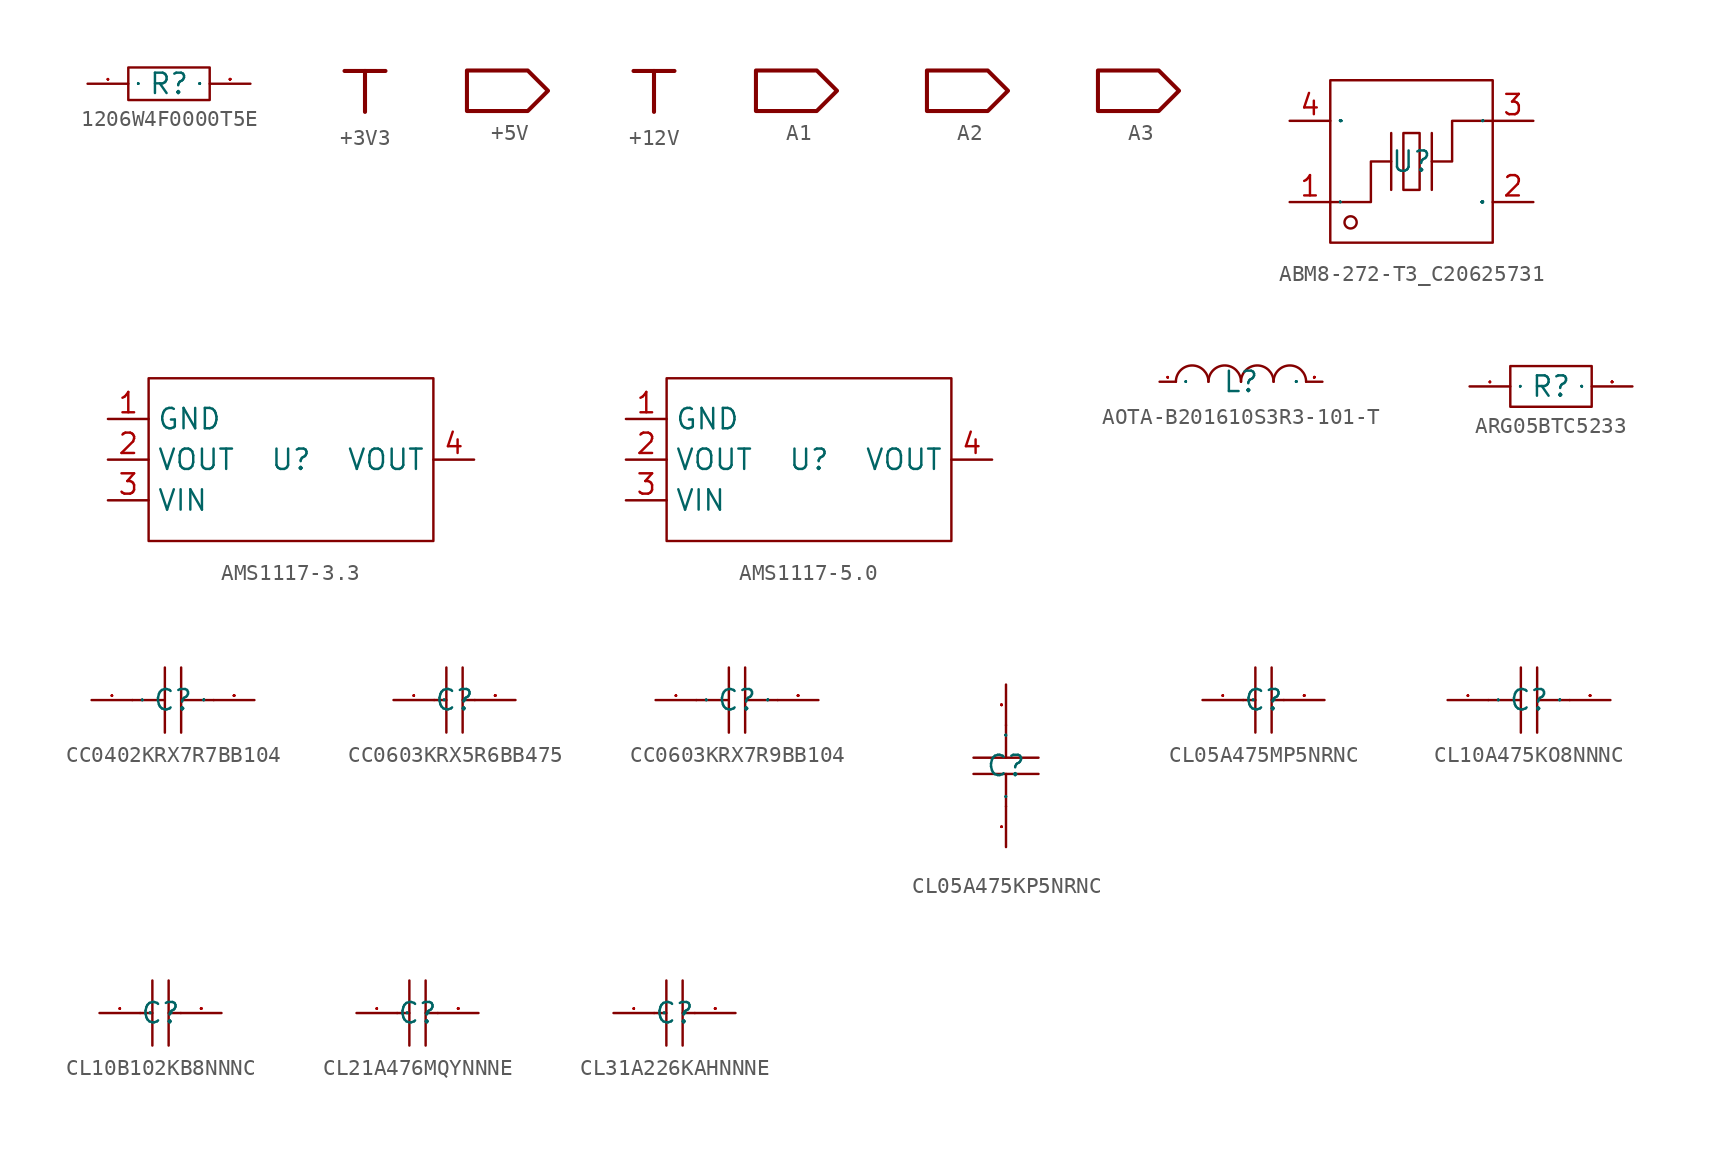
<source format=kicad_sym>
(kicad_symbol_lib
  (version 20241209)
  (generator "kicad_symbol_editor")
  (generator_version "9.0")
  (symbol "1206W4F0000T5E"
    (property "Reference" "R"
      (at 0 0 0)
      (effects (font (size 1.27 1.27))))
    (symbol "1206W4F0000T5E_1_0"
      (rectangle (start -2.54 -1.016) (end 2.54 1.016) (stroke (width 0) (type default)) (fill (type none)))
      (pin input line (at -5.08 0 0) (length 2.54) (name "1" (effects (font (size 0.025 0.025)))) (number "1" (effects (font (size 0.025 0.025)))))
      (pin input line (at 5.08 0 180) (length 2.54) (name "2" (effects (font (size 0.025 0.025)))) (number "2" (effects (font (size 0.025 0.025)))))))
  (symbol "+3V3"
    (power)
    (pin_numbers
      (hide yes))
    (pin_names
      (hide yes))
    (property "Reference" "#PWR"
      (at 0 0 0)
      (effects (font (size 1.27 1.27)) (hide yes)))
    (symbol "+3V3_1_0"
      (polyline (pts (xy -1.27 2.54) (xy 1.27 2.54)) (stroke (width 0.254) (type default)) (fill (type none)))
      (polyline (pts (xy 0 2.54) (xy 0 0)) (stroke (width 0.254) (type default)) (fill (type none)))
      (pin power_in line (at 0 0 0) (length 0) (name "" (effects (font (size 1.27 1.27)))) (number "1" (effects (font (size 0 0)))))))
  (symbol "+5V"
    (power)
    (pin_numbers
      (hide yes))
    (pin_names
      (hide yes))
    (property "Reference" "#PWR"
      (at 0 0 0)
      (effects (font (size 1.27 1.27)) (hide yes)))
    (property "Value" ""
      (at 0 0 0)
      (effects (font (size 1.27 1.27))))
    (symbol "+5V_1_0"
      (polyline (pts (xy 0 0) (xy -1.27 -1.27) (xy -1.27 -1.27) (xy -5.08 -1.27) (xy -5.08 -1.27) (xy -5.08 1.27) (xy -5.08 1.27) (xy -1.27 1.27) (xy -1.27 1.27) (xy 0 0)) (stroke (width 0.254) (type default)) (fill (type none)))
      (pin input line (at 0 0 0) (length 0) (name "" (effects (font (size 0.025 0.025)))) (number "1" (effects (font (size 0 0)))))))
  (symbol "+12V"
    (power)
    (pin_numbers
      (hide yes))
    (pin_names
      (hide yes))
    (property "Reference" "#PWR"
      (at 0 0 0)
      (effects (font (size 1.27 1.27)) (hide yes)))
    (symbol "+12V_1_0"
      (polyline (pts (xy -1.27 2.54) (xy 1.27 2.54)) (stroke (width 0.254) (type default)) (fill (type none)))
      (polyline (pts (xy 0 2.54) (xy 0 0)) (stroke (width 0.254) (type default)) (fill (type none)))
      (pin power_in line (at 0 0 0) (length 0) (name "" (effects (font (size 1.27 1.27)))) (number "1" (effects (font (size 0 0)))))))
  (symbol "A1"
    (power)
    (pin_numbers
      (hide yes))
    (pin_names
      (hide yes))
    (property "Reference" "#PWR"
      (at 0 0 0)
      (effects (font (size 1.27 1.27)) (hide yes)))
    (property "Value" ""
      (at 0 0 0)
      (effects (font (size 1.27 1.27))))
    (symbol "A1_1_0"
      (polyline (pts (xy 0 0) (xy -1.27 -1.27) (xy -1.27 -1.27) (xy -5.08 -1.27) (xy -5.08 -1.27) (xy -5.08 1.27) (xy -5.08 1.27) (xy -1.27 1.27) (xy -1.27 1.27) (xy 0 0)) (stroke (width 0.254) (type default)) (fill (type none)))
      (pin input line (at 0 0 0) (length 0) (name "" (effects (font (size 0.025 0.025)))) (number "1" (effects (font (size 0 0)))))))
  (symbol "A2"
    (power)
    (pin_numbers
      (hide yes))
    (pin_names
      (hide yes))
    (property "Reference" "#PWR"
      (at 0 0 0)
      (effects (font (size 1.27 1.27)) (hide yes)))
    (property "Value" ""
      (at 0 0 0)
      (effects (font (size 1.27 1.27))))
    (symbol "A2_1_0"
      (polyline (pts (xy 0 0) (xy -1.27 -1.27) (xy -1.27 -1.27) (xy -5.08 -1.27) (xy -5.08 -1.27) (xy -5.08 1.27) (xy -5.08 1.27) (xy -1.27 1.27) (xy -1.27 1.27) (xy 0 0)) (stroke (width 0.254) (type default)) (fill (type none)))
      (pin input line (at 0 0 0) (length 0) (name "" (effects (font (size 0.025 0.025)))) (number "1" (effects (font (size 0 0)))))))
  (symbol "A3"
    (power)
    (pin_numbers
      (hide yes))
    (pin_names
      (hide yes))
    (property "Reference" "#PWR"
      (at 0 0 0)
      (effects (font (size 1.27 1.27)) (hide yes)))
    (property "Value" ""
      (at 0 0 0)
      (effects (font (size 1.27 1.27))))
    (symbol "A3_1_0"
      (polyline (pts (xy 0 0) (xy -1.27 -1.27) (xy -1.27 -1.27) (xy -5.08 -1.27) (xy -5.08 -1.27) (xy -5.08 1.27) (xy -5.08 1.27) (xy -1.27 1.27) (xy -1.27 1.27) (xy 0 0)) (stroke (width 0.254) (type default)) (fill (type none)))
      (pin input line (at 0 0 0) (length 0) (name "" (effects (font (size 0.025 0.025)))) (number "1" (effects (font (size 0 0)))))))
  (symbol "ABM8-272-T3_C20625731"
    (property "Reference" "U"
      (at 0 0 0)
      (effects (font (size 1.27 1.27))))
    (property "Value" ""
      (at 0 0 0)
      (effects (font (size 1.27 1.27))))
    (symbol "ABM8-272-T3_C20625731_1_0"
      (polyline (pts (xy -5.08 -2.54) (xy -2.54 -2.54) (xy -2.54 -2.54) (xy -2.54 0) (xy -2.54 0) (xy -1.27 0)) (stroke (width 0) (type default)) (fill (type none)))
      (rectangle (start -5.08 -5.08) (end 5.08 5.08) (stroke (width 0) (type default)) (fill (type none)))
      (circle (center -3.81 -3.81) (radius 0.381) (stroke (width 0) (type default)) (fill (type none)))
      (polyline (pts (xy -1.27 -1.778) (xy -1.27 1.778)) (stroke (width 0) (type default)) (fill (type none)))
      (rectangle (start -0.508 -1.778) (end 0.508 1.778) (stroke (width 0) (type default)) (fill (type none)))
      (polyline (pts (xy 1.27 -1.778) (xy 1.27 1.778)) (stroke (width 0) (type default)) (fill (type none)))
      (polyline (pts (xy 5.08 2.54) (xy 2.54 2.54) (xy 2.54 2.54) (xy 2.54 0) (xy 2.54 0) (xy 1.27 0)) (stroke (width 0) (type default)) (fill (type none)))
      (pin input line (at -7.62 2.54 0) (length 2.54) (name "GND" (effects (font (size 0.025 0.025)))) (number "4" (effects (font (size 1.27 1.27)))))
      (pin input line (at -7.62 -2.54 0) (length 2.54) (name "1" (effects (font (size 0.025 0.025)))) (number "1" (effects (font (size 1.27 1.27)))))
      (pin input line (at 7.62 2.54 180) (length 2.54) (name "3" (effects (font (size 0.025 0.025)))) (number "3" (effects (font (size 1.27 1.27)))))
      (pin input line (at 7.62 -2.54 180) (length 2.54) (name "GND" (effects (font (size 0.025 0.025)))) (number "2" (effects (font (size 1.27 1.27)))))))
  (symbol "AMS1117-3.3"
    (property "Reference" "U"
      (at 0 0 0)
      (effects (font (size 1.27 1.27))))
    (property "Value" ""
      (at 0 0 0)
      (effects (font (size 1.27 1.27))))
    (symbol "AMS1117-3.3_1_0"
      (rectangle (start -8.89 5.08) (end 8.89 -5.08) (stroke (width 0) (type default)) (fill (type none)))
      (pin unspecified line (at -11.43 2.54 0) (length 2.54) (name "GND" (effects (font (size 1.27 1.27)))) (number "1" (effects (font (size 1.27 1.27)))))
      (pin unspecified line (at -11.43 0 0) (length 2.54) (name "VOUT" (effects (font (size 1.27 1.27)))) (number "2" (effects (font (size 1.27 1.27)))))
      (pin unspecified line (at -11.43 -2.54 0) (length 2.54) (name "VIN" (effects (font (size 1.27 1.27)))) (number "3" (effects (font (size 1.27 1.27)))))
      (pin unspecified line (at 11.43 0 180) (length 2.54) (name "VOUT" (effects (font (size 1.27 1.27)))) (number "4" (effects (font (size 1.27 1.27)))))))
  (symbol "AMS1117-5.0"
    (property "Reference" "U"
      (at 0 0 0)
      (effects (font (size 1.27 1.27))))
    (property "Value" ""
      (at 0 0 0)
      (effects (font (size 1.27 1.27))))
    (symbol "AMS1117-5.0_1_0"
      (rectangle (start -8.89 5.08) (end 8.89 -5.08) (stroke (width 0) (type default)) (fill (type none)))
      (pin unspecified line (at -11.43 2.54 0) (length 2.54) (name "GND" (effects (font (size 1.27 1.27)))) (number "1" (effects (font (size 1.27 1.27)))))
      (pin unspecified line (at -11.43 0 0) (length 2.54) (name "VOUT" (effects (font (size 1.27 1.27)))) (number "2" (effects (font (size 1.27 1.27)))))
      (pin unspecified line (at -11.43 -2.54 0) (length 2.54) (name "VIN" (effects (font (size 1.27 1.27)))) (number "3" (effects (font (size 1.27 1.27)))))
      (pin unspecified line (at 11.43 0 180) (length 2.54) (name "VOUT" (effects (font (size 1.27 1.27)))) (number "4" (effects (font (size 1.27 1.27)))))))
  (symbol "AOTA-B201610S3R3-101-T"
    (property "Reference" "L"
      (at 0 0 0)
      (effects (font (size 1.27 1.27))))
    (property "Value" ""
      (at 0 0 0)
      (effects (font (size 1.27 1.27))))
    (symbol "AOTA-B201610S3R3-101-T_1_0"
      (arc (start -4.064 0) (mid -3.0226 1.016) (end -2.032 0) (stroke (width 0) (type default)) (fill (type none)))
      (arc (start -2.032 0) (mid -0.9906 1.016) (end 0 0) (stroke (width 0) (type default)) (fill (type none)))
      (arc (start 0 0) (mid 1.016 1.016) (end 2.032 0) (stroke (width 0) (type default)) (fill (type none)))
      (arc (start 2.032 0) (mid 3.048 1.016) (end 4.064 0) (stroke (width 0) (type default)) (fill (type none)))
      (pin unspecified line (at -5.08 0 0) (length 1.016) (name "1" (effects (font (size 0.025 0.025)))) (number "1" (effects (font (size 0.025 0.025)))))
      (pin unspecified line (at 5.08 0 180) (length 1.016) (name "2" (effects (font (size 0.025 0.025)))) (number "2" (effects (font (size 0.025 0.025)))))))
  (symbol "ARG05BTC5233"
    (property "Reference" "R"
      (at 0 0 0)
      (effects (font (size 1.27 1.27))))
    (symbol "ARG05BTC5233_1_0"
      (rectangle (start -2.54 1.27) (end 2.54 -1.27) (stroke (width 0) (type default)) (fill (type none)))
      (pin unspecified line (at -5.08 0 0) (length 2.54) (name "1" (effects (font (size 0.025 0.025)))) (number "1" (effects (font (size 0.025 0.025)))))
      (pin unspecified line (at 5.08 0 180) (length 2.54) (name "2" (effects (font (size 0.025 0.025)))) (number "2" (effects (font (size 0.025 0.025)))))))
  (symbol "CC0402KRX7R7BB104"
    (property "Reference" "C"
      (at 0 0 0)
      (effects (font (size 1.27 1.27))))
    (symbol "CC0402KRX7R7BB104_1_0"
      (polyline (pts (xy -0.508 0) (xy -2.54 0)) (stroke (width 0) (type default)) (fill (type none)))
      (polyline (pts (xy -0.508 -2.032) (xy -0.508 2.032)) (stroke (width 0) (type default)) (fill (type none)))
      (polyline (pts (xy 0.508 2.032) (xy 0.508 -2.032)) (stroke (width 0) (type default)) (fill (type none)))
      (polyline (pts (xy 2.54 0) (xy 0.508 0)) (stroke (width 0) (type default)) (fill (type none)))
      (pin input line (at -5.08 0 0) (length 2.54) (name "1" (effects (font (size 0.025 0.025)))) (number "1" (effects (font (size 0.025 0.025)))))
      (pin input line (at 5.08 0 180) (length 2.54) (name "2" (effects (font (size 0.025 0.025)))) (number "2" (effects (font (size 0.025 0.025)))))))
  (symbol "CC0603KRX5R6BB475"
    (property "Reference" "C"
      (at 0 0 0)
      (effects (font (size 1.27 1.27))))
    (symbol "CC0603KRX5R6BB475_1_0"
      (polyline (pts (xy -1.27 0) (xy -0.508 0)) (stroke (width 0) (type default)) (fill (type none)))
      (polyline (pts (xy -0.508 2.032) (xy -0.508 -2.032)) (stroke (width 0) (type default)) (fill (type none)))
      (polyline (pts (xy 0.508 2.032) (xy 0.508 -2.032)) (stroke (width 0) (type default)) (fill (type none)))
      (polyline (pts (xy 0.508 0) (xy 1.27 0)) (stroke (width 0) (type default)) (fill (type none)))
      (pin input line (at -3.81 0 0) (length 2.54) (name "1" (effects (font (size 0.025 0.025)))) (number "1" (effects (font (size 0.025 0.025)))))
      (pin input line (at 3.81 0 180) (length 2.54) (name "2" (effects (font (size 0.025 0.025)))) (number "2" (effects (font (size 0.025 0.025)))))))
  (symbol "CC0603KRX7R9BB104"
    (property "Reference" "C"
      (at 0 0 0)
      (effects (font (size 1.27 1.27))))
    (symbol "CC0603KRX7R9BB104_1_0"
      (polyline (pts (xy -0.508 0) (xy -2.54 0)) (stroke (width 0) (type default)) (fill (type none)))
      (polyline (pts (xy -0.508 -2.032) (xy -0.508 2.032)) (stroke (width 0) (type default)) (fill (type none)))
      (polyline (pts (xy 0.508 2.032) (xy 0.508 -2.032)) (stroke (width 0) (type default)) (fill (type none)))
      (polyline (pts (xy 2.54 0) (xy 0.508 0)) (stroke (width 0) (type default)) (fill (type none)))
      (pin input line (at -5.08 0 0) (length 2.54) (name "1" (effects (font (size 0.025 0.025)))) (number "1" (effects (font (size 0.025 0.025)))))
      (pin input line (at 5.08 0 180) (length 2.54) (name "2" (effects (font (size 0.025 0.025)))) (number "2" (effects (font (size 0.025 0.025)))))))
  (symbol "CL05A475KP5NRNC"
    (property "Reference" "C"
      (at 0 0 0)
      (effects (font (size 1.27 1.27))))
    (property "Value" ""
      (at 0 0 0)
      (effects (font (size 1.27 1.27))))
    (symbol "CL05A475KP5NRNC_1_0"
      (polyline (pts (xy -2.032 0.508) (xy 2.032 0.508)) (stroke (width 0) (type default)) (fill (type none)))
      (polyline (pts (xy 0 2.54) (xy 0 0.508)) (stroke (width 0) (type default)) (fill (type none)))
      (polyline (pts (xy 0 -0.508) (xy 0 -2.54)) (stroke (width 0) (type default)) (fill (type none)))
      (polyline (pts (xy 2.032 -0.508) (xy -2.032 -0.508)) (stroke (width 0) (type default)) (fill (type none)))
      (pin unspecified line (at 0 5.08 270) (length 2.54) (name "2" (effects (font (size 0.025 0.025)))) (number "2" (effects (font (size 0.025 0.025)))))
      (pin unspecified line (at 0 -5.08 90) (length 2.54) (name "1" (effects (font (size 0.025 0.025)))) (number "1" (effects (font (size 0.025 0.025)))))))
  (symbol "CL05A475MP5NRNC"
    (property "Reference" "C"
      (at 0 0 0)
      (effects (font (size 1.27 1.27))))
    (symbol "CL05A475MP5NRNC_1_0"
      (polyline (pts (xy -1.27 0) (xy -0.508 0)) (stroke (width 0) (type default)) (fill (type none)))
      (polyline (pts (xy -0.508 2.032) (xy -0.508 -2.032)) (stroke (width 0) (type default)) (fill (type none)))
      (polyline (pts (xy 0.508 2.032) (xy 0.508 -2.032)) (stroke (width 0) (type default)) (fill (type none)))
      (polyline (pts (xy 0.508 0) (xy 1.27 0)) (stroke (width 0) (type default)) (fill (type none)))
      (pin input line (at -3.81 0 0) (length 2.54) (name "1" (effects (font (size 0.025 0.025)))) (number "1" (effects (font (size 0.025 0.025)))))
      (pin input line (at 3.81 0 180) (length 2.54) (name "2" (effects (font (size 0.025 0.025)))) (number "2" (effects (font (size 0.025 0.025)))))))
  (symbol "CL10A475KO8NNNC"
    (property "Reference" "C"
      (at 0 0 0)
      (effects (font (size 1.27 1.27))))
    (symbol "CL10A475KO8NNNC_1_0"
      (polyline (pts (xy -0.508 0) (xy -2.54 0)) (stroke (width 0) (type default)) (fill (type none)))
      (polyline (pts (xy -0.508 -2.032) (xy -0.508 2.032)) (stroke (width 0) (type default)) (fill (type none)))
      (polyline (pts (xy 0.508 2.032) (xy 0.508 -2.032)) (stroke (width 0) (type default)) (fill (type none)))
      (polyline (pts (xy 2.54 0) (xy 0.508 0)) (stroke (width 0) (type default)) (fill (type none)))
      (pin unspecified line (at -5.08 0 0) (length 2.54) (name "1" (effects (font (size 0.025 0.025)))) (number "1" (effects (font (size 0.025 0.025)))))
      (pin unspecified line (at 5.08 0 180) (length 2.54) (name "2" (effects (font (size 0.025 0.025)))) (number "2" (effects (font (size 0.025 0.025)))))))
  (symbol "CL10B102KB8NNNC"
    (property "Reference" "C"
      (at 0 0 0)
      (effects (font (size 1.27 1.27))))
    (symbol "CL10B102KB8NNNC_1_0"
      (polyline (pts (xy -1.27 0) (xy -0.508 0)) (stroke (width 0) (type default)) (fill (type none)))
      (polyline (pts (xy -0.508 2.032) (xy -0.508 -2.032)) (stroke (width 0) (type default)) (fill (type none)))
      (polyline (pts (xy 0.508 2.032) (xy 0.508 -2.032)) (stroke (width 0) (type default)) (fill (type none)))
      (polyline (pts (xy 0.508 0) (xy 1.27 0)) (stroke (width 0) (type default)) (fill (type none)))
      (pin input line (at -3.81 0 0) (length 2.54) (name "1" (effects (font (size 0.025 0.025)))) (number "1" (effects (font (size 0.025 0.025)))))
      (pin input line (at 3.81 0 180) (length 2.54) (name "2" (effects (font (size 0.025 0.025)))) (number "2" (effects (font (size 0.025 0.025)))))))
  (symbol "CL21A476MQYNNNE"
    (property "Reference" "C"
      (at 0 0 0)
      (effects (font (size 1.27 1.27))))
    (symbol "CL21A476MQYNNNE_1_0"
      (polyline (pts (xy -1.27 0) (xy -0.508 0)) (stroke (width 0) (type default)) (fill (type none)))
      (polyline (pts (xy -0.508 2.032) (xy -0.508 -2.032)) (stroke (width 0) (type default)) (fill (type none)))
      (polyline (pts (xy 0.508 2.032) (xy 0.508 -2.032)) (stroke (width 0) (type default)) (fill (type none)))
      (polyline (pts (xy 0.508 0) (xy 1.27 0)) (stroke (width 0) (type default)) (fill (type none)))
      (pin input line (at -3.81 0 0) (length 2.54) (name "1" (effects (font (size 0.025 0.025)))) (number "1" (effects (font (size 0.025 0.025)))))
      (pin input line (at 3.81 0 180) (length 2.54) (name "2" (effects (font (size 0.025 0.025)))) (number "2" (effects (font (size 0.025 0.025)))))))
  (symbol "CL31A226KAHNNNE"
    (property "Reference" "C"
      (at 0 0 0)
      (effects (font (size 1.27 1.27))))
    (symbol "CL31A226KAHNNNE_1_0"
      (polyline (pts (xy -1.27 0) (xy -0.508 0)) (stroke (width 0) (type default)) (fill (type none)))
      (polyline (pts (xy -0.508 2.032) (xy -0.508 -2.032)) (stroke (width 0) (type default)) (fill (type none)))
      (polyline (pts (xy 0.508 2.032) (xy 0.508 -2.032)) (stroke (width 0) (type default)) (fill (type none)))
      (polyline (pts (xy 0.508 0) (xy 1.27 0)) (stroke (width 0) (type default)) (fill (type none)))
      (pin input line (at -3.81 0 0) (length 2.54) (name "1" (effects (font (size 0.025 0.025)))) (number "1" (effects (font (size 0.025 0.025)))))
      (pin input line (at 3.81 0 180) (length 2.54) (name "2" (effects (font (size 0.025 0.025)))) (number "2" (effects (font (size 0.025 0.025))))))))
</source>
